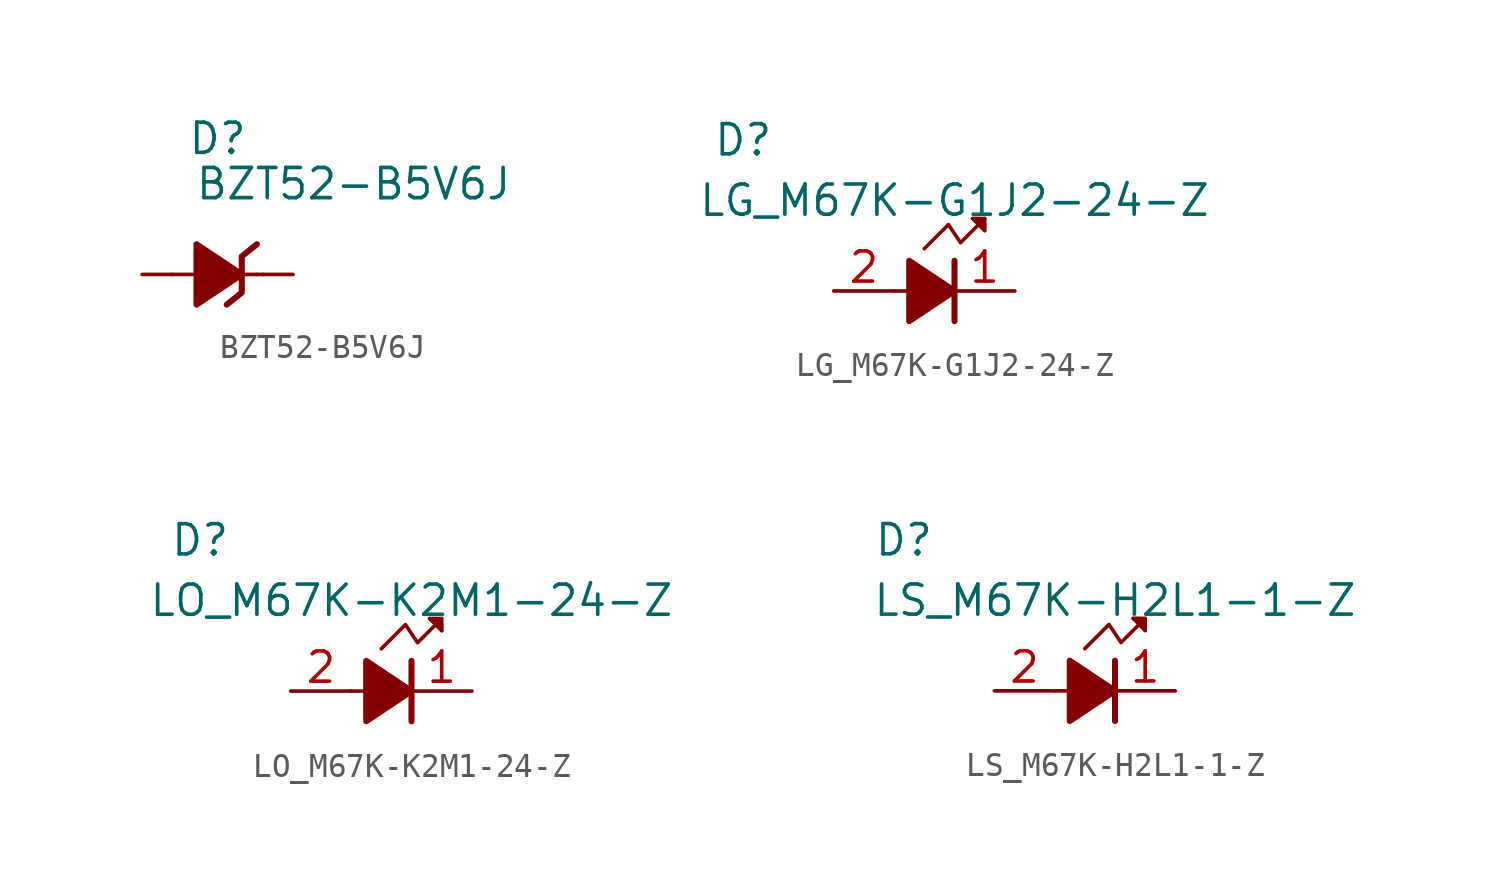
<source format=kicad_sym>
(kicad_symbol_lib
  (version 20211014)
  (generator kicad_symbol_editor)
  (symbol "BZT52-B5V6J"
    (pin_names
      (offset 1.016) hide)
    (property "Reference" "D"
      (at 1.905 3.175 0)
      (effects (font (size 1.27 1.27))))
    (property "Value" "BZT52-B5V6J"
      (at 7.62 1.27 0)
      (effects (font (size 1.27 1.27))))
    (symbol "BZT52-B5V6J_0_1"
      (polyline (pts (xy 0 -2.54) (xy 1.016 -2.54)) (stroke (width 0) (type default) (color 0 0 0 0)) (fill (type none)))
      (polyline (pts (xy 1.143 -1.524) (xy 1.143 -3.556)) (stroke (width 0.254) (type default) (color 0 0 0 0)) (fill (type none)))
      (polyline (pts (xy 1.27 -1.524) (xy 1.27 -3.429)) (stroke (width 0.254) (type default) (color 0 0 0 0)) (fill (type none)))
      (polyline (pts (xy 1.524 -1.778) (xy 1.524 -3.302)) (stroke (width 0.254) (type default) (color 0 0 0 0)) (fill (type none)))
      (polyline (pts (xy 1.651 -1.905) (xy 1.651 -3.175)) (stroke (width 0.254) (type default) (color 0 0 0 0)) (fill (type none)))
      (polyline (pts (xy 1.778 -1.905) (xy 1.778 -3.048)) (stroke (width 0.254) (type default) (color 0 0 0 0)) (fill (type none)))
      (polyline (pts (xy 1.905 -2.032) (xy 1.905 -3.048)) (stroke (width 0.254) (type default) (color 0 0 0 0)) (fill (type none)))
      (polyline (pts (xy 2.032 -2.032) (xy 2.032 -2.921)) (stroke (width 0.254) (type default) (color 0 0 0 0)) (fill (type none)))
      (polyline (pts (xy 2.159 -2.159) (xy 2.159 -2.794)) (stroke (width 0.254) (type default) (color 0 0 0 0)) (fill (type none)))
      (polyline (pts (xy 2.286 -2.286) (xy 2.286 -2.794)) (stroke (width 0.254) (type default) (color 0 0 0 0)) (fill (type none)))
      (polyline (pts (xy 2.413 -2.286) (xy 2.413 -2.667)) (stroke (width 0.254) (type default) (color 0 0 0 0)) (fill (type none)))
      (polyline (pts (xy 2.54 -2.54) (xy 2.667 -2.54)) (stroke (width 0.254) (type default) (color 0 0 0 0)) (fill (type none)))
      (polyline (pts (xy 2.54 -2.413) (xy 2.54 -2.667)) (stroke (width 0.254) (type default) (color 0 0 0 0)) (fill (type none)))
      (polyline (pts (xy 2.921 -2.54) (xy 3.556 -2.54)) (stroke (width 0) (type default) (color 0 0 0 0)) (fill (type none)))
      (polyline (pts (xy 3.81 -2.54) (xy 3.556 -2.54)) (stroke (width 0) (type default) (color 0 0 0 0)) (fill (type none)))
      (polyline (pts (xy 1.397 -1.651) (xy 1.397 -3.302) (xy 1.397 -3.429)) (stroke (width 0.254) (type default) (color 0 0 0 0)) (fill (type none)))
      (polyline (pts (xy 2.921 -2.54) (xy 2.921 -3.302) (xy 2.286 -3.81)) (stroke (width 0.254) (type default) (color 0 0 0 0)) (fill (type none)))
      (polyline (pts (xy 2.921 -2.54) (xy 2.921 -1.778) (xy 3.556 -1.27)) (stroke (width 0.254) (type default) (color 0 0 0 0)) (fill (type none)))
      (polyline (pts (xy 2.921 -2.54) (xy 1.016 -3.81) (xy 1.016 -1.27) (xy 2.921 -2.54)) (stroke (width 0.254) (type default) (color 0 0 0 0)) (fill (type none))))
    (symbol "BZT52-B5V6J_1_1"
      (pin passive line (at 5.08 -2.54 180) (length 1.27) (name "1" (effects (font (size 1.27 1.27)))) (number "1" (effects (font (size 0 0)))))
      (pin passive line (at -1.27 -2.54 0) (length 1.27) (name "GND" (effects (font (size 1.27 1.27)))) (number "2" (effects (font (size 0 0)))))))
  (symbol "LG_M67K-G1J2-24-Z"
    (pin_names
      (offset 1.016) hide)
    (property "Reference" "D"
      (at -6.35 6.35 0)
      (effects (font (size 1.27 1.27))))
    (property "Value" "LG_M67K-G1J2-24-Z"
      (at 2.54 3.81 0)
      (effects (font (size 1.27 1.27))))
    (symbol "LG_M67K-G1J2-24-Z_0_1"
      (polyline (pts (xy 0.635 0) (xy 0 0)) (stroke (width 0) (type default) (color 0 0 0 0)) (fill (type none)))
      (polyline (pts (xy 0.762 1.143) (xy 0.762 -1.016)) (stroke (width 0.254) (type default) (color 0 0 0 0)) (fill (type none)))
      (polyline (pts (xy 0.889 1.016) (xy 0.889 -0.889)) (stroke (width 0.254) (type default) (color 0 0 0 0)) (fill (type none)))
      (polyline (pts (xy 1.016 0.889) (xy 1.016 -0.762)) (stroke (width 0.254) (type default) (color 0 0 0 0)) (fill (type none)))
      (polyline (pts (xy 1.143 0.889) (xy 1.143 -0.762)) (stroke (width 0.254) (type default) (color 0 0 0 0)) (fill (type none)))
      (polyline (pts (xy 1.27 0.762) (xy 1.27 -0.635)) (stroke (width 0.254) (type default) (color 0 0 0 0)) (fill (type none)))
      (polyline (pts (xy 1.397 0.635) (xy 1.397 -0.508)) (stroke (width 0.254) (type default) (color 0 0 0 0)) (fill (type none)))
      (polyline (pts (xy 1.524 0.508) (xy 1.524 -0.508)) (stroke (width 0.254) (type default) (color 0 0 0 0)) (fill (type none)))
      (polyline (pts (xy 1.651 0.508) (xy 1.651 -0.381)) (stroke (width 0.254) (type default) (color 0 0 0 0)) (fill (type none)))
      (polyline (pts (xy 1.778 0.381) (xy 1.778 -0.254)) (stroke (width 0.254) (type default) (color 0 0 0 0)) (fill (type none)))
      (polyline (pts (xy 1.905 0.254) (xy 1.905 -0.254)) (stroke (width 0.254) (type default) (color 0 0 0 0)) (fill (type none)))
      (polyline (pts (xy 2.032 0.254) (xy 2.032 -0.127)) (stroke (width 0.254) (type default) (color 0 0 0 0)) (fill (type none)))
      (polyline (pts (xy 2.159 0) (xy 2.286 0)) (stroke (width 0.254) (type default) (color 0 0 0 0)) (fill (type none)))
      (polyline (pts (xy 2.159 0.127) (xy 2.159 -0.127)) (stroke (width 0.254) (type default) (color 0 0 0 0)) (fill (type none)))
      (polyline (pts (xy 2.54 1.27) (xy 2.54 -1.27)) (stroke (width 0.254) (type default) (color 0 0 0 0)) (fill (type none)))
      (polyline (pts (xy 3.302 3.048) (xy 3.81 2.54)) (stroke (width 0) (type default) (color 0 0 0 0)) (fill (type none)))
      (polyline (pts (xy 3.429 3.048) (xy 3.81 2.667)) (stroke (width 0) (type default) (color 0 0 0 0)) (fill (type none)))
      (polyline (pts (xy 3.556 3.048) (xy 3.81 2.794)) (stroke (width 0) (type default) (color 0 0 0 0)) (fill (type none)))
      (polyline (pts (xy 3.81 3.048) (xy 3.81 2.54)) (stroke (width 0) (type default) (color 0 0 0 0)) (fill (type none)))
      (polyline (pts (xy 2.54 0) (xy 0.635 -1.27) (xy 0.635 1.27) (xy 2.54 0)) (stroke (width 0.254) (type default) (color 0 0 0 0)) (fill (type none)))
      (polyline (pts (xy 1.27 1.778) (xy 2.286 2.794) (xy 2.794 2.032) (xy 3.81 3.048) (xy 3.302 3.048)) (stroke (width 0) (type default) (color 0 0 0 0)) (fill (type none))))
    (symbol "LG_M67K-G1J2-24-Z_1_1"
      (pin passive line (at 5.08 0 180) (length 2.54) (name "1" (effects (font (size 1.27 1.27)))) (number "1" (effects (font (size 1.27 1.27)))))
      (pin passive line (at -2.54 0 0) (length 2.54) (name "2" (effects (font (size 1.27 1.27)))) (number "2" (effects (font (size 1.27 1.27)))))))
  (symbol "LO_M67K-K2M1-24-Z"
    (pin_names
      (offset 1.016) hide)
    (property "Reference" "D"
      (at -6.35 6.35 0)
      (effects (font (size 1.27 1.27))))
    (property "Value" "LO_M67K-K2M1-24-Z"
      (at 2.54 3.81 0)
      (effects (font (size 1.27 1.27))))
    (symbol "LO_M67K-K2M1-24-Z_0_1"
      (polyline (pts (xy 0.635 0) (xy 0 0)) (stroke (width 0) (type default) (color 0 0 0 0)) (fill (type none)))
      (polyline (pts (xy 0.762 1.143) (xy 0.762 -1.016)) (stroke (width 0.254) (type default) (color 0 0 0 0)) (fill (type none)))
      (polyline (pts (xy 0.889 1.016) (xy 0.889 -0.889)) (stroke (width 0.254) (type default) (color 0 0 0 0)) (fill (type none)))
      (polyline (pts (xy 1.016 0.889) (xy 1.016 -0.762)) (stroke (width 0.254) (type default) (color 0 0 0 0)) (fill (type none)))
      (polyline (pts (xy 1.143 0.889) (xy 1.143 -0.762)) (stroke (width 0.254) (type default) (color 0 0 0 0)) (fill (type none)))
      (polyline (pts (xy 1.27 0.762) (xy 1.27 -0.635)) (stroke (width 0.254) (type default) (color 0 0 0 0)) (fill (type none)))
      (polyline (pts (xy 1.397 0.635) (xy 1.397 -0.508)) (stroke (width 0.254) (type default) (color 0 0 0 0)) (fill (type none)))
      (polyline (pts (xy 1.524 0.508) (xy 1.524 -0.508)) (stroke (width 0.254) (type default) (color 0 0 0 0)) (fill (type none)))
      (polyline (pts (xy 1.651 0.508) (xy 1.651 -0.381)) (stroke (width 0.254) (type default) (color 0 0 0 0)) (fill (type none)))
      (polyline (pts (xy 1.778 0.381) (xy 1.778 -0.254)) (stroke (width 0.254) (type default) (color 0 0 0 0)) (fill (type none)))
      (polyline (pts (xy 1.905 0.254) (xy 1.905 -0.254)) (stroke (width 0.254) (type default) (color 0 0 0 0)) (fill (type none)))
      (polyline (pts (xy 2.032 0.254) (xy 2.032 -0.127)) (stroke (width 0.254) (type default) (color 0 0 0 0)) (fill (type none)))
      (polyline (pts (xy 2.159 0) (xy 2.286 0)) (stroke (width 0.254) (type default) (color 0 0 0 0)) (fill (type none)))
      (polyline (pts (xy 2.159 0.127) (xy 2.159 -0.127)) (stroke (width 0.254) (type default) (color 0 0 0 0)) (fill (type none)))
      (polyline (pts (xy 2.54 1.27) (xy 2.54 -1.27)) (stroke (width 0.254) (type default) (color 0 0 0 0)) (fill (type none)))
      (polyline (pts (xy 3.302 3.048) (xy 3.81 2.54)) (stroke (width 0) (type default) (color 0 0 0 0)) (fill (type none)))
      (polyline (pts (xy 3.429 3.048) (xy 3.81 2.667)) (stroke (width 0) (type default) (color 0 0 0 0)) (fill (type none)))
      (polyline (pts (xy 3.556 3.048) (xy 3.81 2.794)) (stroke (width 0) (type default) (color 0 0 0 0)) (fill (type none)))
      (polyline (pts (xy 3.81 3.048) (xy 3.81 2.54)) (stroke (width 0) (type default) (color 0 0 0 0)) (fill (type none)))
      (polyline (pts (xy 2.54 0) (xy 0.635 -1.27) (xy 0.635 1.27) (xy 2.54 0)) (stroke (width 0.254) (type default) (color 0 0 0 0)) (fill (type none)))
      (polyline (pts (xy 1.27 1.778) (xy 2.286 2.794) (xy 2.794 2.032) (xy 3.81 3.048) (xy 3.302 3.048)) (stroke (width 0) (type default) (color 0 0 0 0)) (fill (type none))))
    (symbol "LO_M67K-K2M1-24-Z_1_1"
      (pin passive line (at 5.08 0 180) (length 2.54) (name "1" (effects (font (size 1.27 1.27)))) (number "1" (effects (font (size 1.27 1.27)))))
      (pin passive line (at -2.54 0 0) (length 2.54) (name "2" (effects (font (size 1.27 1.27)))) (number "2" (effects (font (size 1.27 1.27)))))))
  (symbol "LS_M67K-H2L1-1-Z"
    (pin_names
      (offset 1.016) hide)
    (property "Reference" "D"
      (at -6.35 6.35 0)
      (effects (font (size 1.27 1.27))))
    (property "Value" "LS_M67K-H2L1-1-Z"
      (at 2.54 3.81 0)
      (effects (font (size 1.27 1.27))))
    (symbol "LS_M67K-H2L1-1-Z_0_1"
      (polyline (pts (xy 0.635 0) (xy 0 0)) (stroke (width 0) (type default) (color 0 0 0 0)) (fill (type none)))
      (polyline (pts (xy 0.762 1.143) (xy 0.762 -1.016)) (stroke (width 0.254) (type default) (color 0 0 0 0)) (fill (type none)))
      (polyline (pts (xy 0.889 1.016) (xy 0.889 -0.889)) (stroke (width 0.254) (type default) (color 0 0 0 0)) (fill (type none)))
      (polyline (pts (xy 1.016 0.889) (xy 1.016 -0.762)) (stroke (width 0.254) (type default) (color 0 0 0 0)) (fill (type none)))
      (polyline (pts (xy 1.143 0.889) (xy 1.143 -0.762)) (stroke (width 0.254) (type default) (color 0 0 0 0)) (fill (type none)))
      (polyline (pts (xy 1.27 0.762) (xy 1.27 -0.635)) (stroke (width 0.254) (type default) (color 0 0 0 0)) (fill (type none)))
      (polyline (pts (xy 1.397 0.635) (xy 1.397 -0.508)) (stroke (width 0.254) (type default) (color 0 0 0 0)) (fill (type none)))
      (polyline (pts (xy 1.524 0.508) (xy 1.524 -0.508)) (stroke (width 0.254) (type default) (color 0 0 0 0)) (fill (type none)))
      (polyline (pts (xy 1.651 0.508) (xy 1.651 -0.381)) (stroke (width 0.254) (type default) (color 0 0 0 0)) (fill (type none)))
      (polyline (pts (xy 1.778 0.381) (xy 1.778 -0.254)) (stroke (width 0.254) (type default) (color 0 0 0 0)) (fill (type none)))
      (polyline (pts (xy 1.905 0.254) (xy 1.905 -0.254)) (stroke (width 0.254) (type default) (color 0 0 0 0)) (fill (type none)))
      (polyline (pts (xy 2.032 0.254) (xy 2.032 -0.127)) (stroke (width 0.254) (type default) (color 0 0 0 0)) (fill (type none)))
      (polyline (pts (xy 2.159 0) (xy 2.286 0)) (stroke (width 0.254) (type default) (color 0 0 0 0)) (fill (type none)))
      (polyline (pts (xy 2.159 0.127) (xy 2.159 -0.127)) (stroke (width 0.254) (type default) (color 0 0 0 0)) (fill (type none)))
      (polyline (pts (xy 2.54 1.27) (xy 2.54 -1.27)) (stroke (width 0.254) (type default) (color 0 0 0 0)) (fill (type none)))
      (polyline (pts (xy 3.302 3.048) (xy 3.81 2.54)) (stroke (width 0) (type default) (color 0 0 0 0)) (fill (type none)))
      (polyline (pts (xy 3.429 3.048) (xy 3.81 2.667)) (stroke (width 0) (type default) (color 0 0 0 0)) (fill (type none)))
      (polyline (pts (xy 3.556 3.048) (xy 3.81 2.794)) (stroke (width 0) (type default) (color 0 0 0 0)) (fill (type none)))
      (polyline (pts (xy 3.81 3.048) (xy 3.81 2.54)) (stroke (width 0) (type default) (color 0 0 0 0)) (fill (type none)))
      (polyline (pts (xy 2.54 0) (xy 0.635 -1.27) (xy 0.635 1.27) (xy 2.54 0)) (stroke (width 0.254) (type default) (color 0 0 0 0)) (fill (type none)))
      (polyline (pts (xy 1.27 1.778) (xy 2.286 2.794) (xy 2.794 2.032) (xy 3.81 3.048) (xy 3.302 3.048)) (stroke (width 0) (type default) (color 0 0 0 0)) (fill (type none))))
    (symbol "LS_M67K-H2L1-1-Z_1_1"
      (pin passive line (at 5.08 0 180) (length 2.54) (name "1" (effects (font (size 1.27 1.27)))) (number "1" (effects (font (size 1.27 1.27)))))
      (pin passive line (at -2.54 0 0) (length 2.54) (name "2" (effects (font (size 1.27 1.27)))) (number "2" (effects (font (size 1.27 1.27))))))))
</source>
